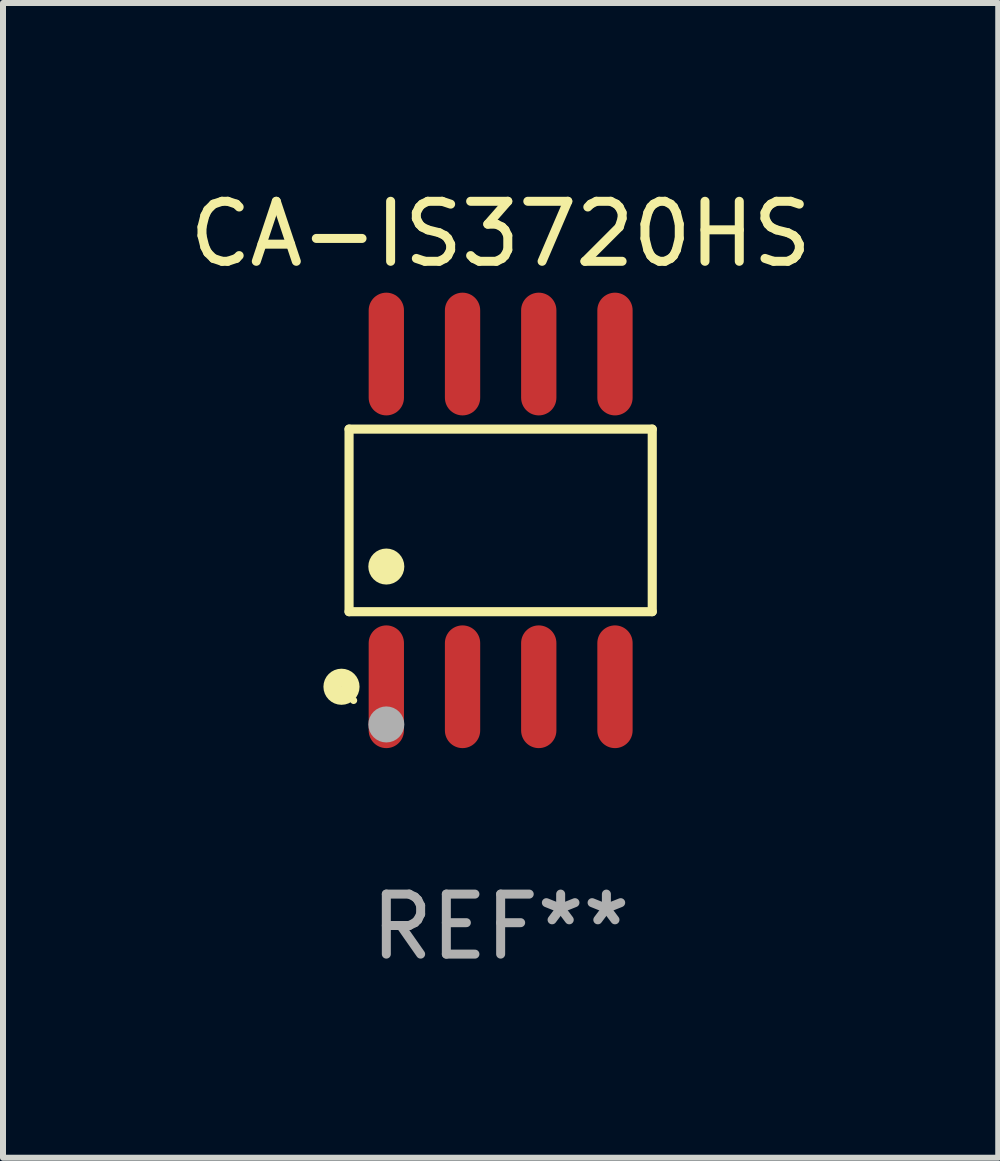
<source format=kicad_pcb>
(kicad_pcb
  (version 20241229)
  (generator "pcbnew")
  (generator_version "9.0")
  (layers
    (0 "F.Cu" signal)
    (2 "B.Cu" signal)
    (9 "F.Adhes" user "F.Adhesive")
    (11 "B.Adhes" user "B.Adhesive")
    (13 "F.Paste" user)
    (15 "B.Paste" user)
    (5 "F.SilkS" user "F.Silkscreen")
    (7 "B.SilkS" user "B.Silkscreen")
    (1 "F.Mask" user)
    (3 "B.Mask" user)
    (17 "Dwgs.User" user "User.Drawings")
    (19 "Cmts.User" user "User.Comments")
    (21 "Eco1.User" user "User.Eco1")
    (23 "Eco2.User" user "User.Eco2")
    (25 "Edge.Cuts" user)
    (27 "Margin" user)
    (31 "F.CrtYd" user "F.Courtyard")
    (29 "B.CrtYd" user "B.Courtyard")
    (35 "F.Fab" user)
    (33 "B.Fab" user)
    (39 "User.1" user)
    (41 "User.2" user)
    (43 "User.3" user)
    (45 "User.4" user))
  (footprint "CA-IS3720HS"
    (layer "F.Cu")
    (at 5.292 5.621)
    (property "Reference" "CA-IS3720HS" (at 0 -4.772 0) (layer "F.SilkS") (effects (font (size 1 1) (thickness 0.15))))
    (attr through_hole)
    (fp_line (start -2.526 -1.521) (end 2.526 -1.521) (stroke (width 0.152) (type solid)) (layer "F.SilkS"))
    (fp_line (start -2.526 1.521) (end -2.526 -1.521) (stroke (width 0.152) (type solid)) (layer "F.SilkS"))
    (fp_line (start 2.526 -1.521) (end 2.526 1.521) (stroke (width 0.152) (type solid)) (layer "F.SilkS"))
    (fp_line (start 2.526 1.521) (end -2.526 1.521) (stroke (width 0.152) (type solid)) (layer "F.SilkS"))
    (fp_circle (center -2.652 2.772) (end -2.501 2.772) (stroke (width 0.3) (type solid)) (fill no) (layer "F.SilkS"))
    (fp_circle (center -2.45 3) (end -2.42 3) (stroke (width 0.06) (type solid)) (fill no) (layer "F.SilkS"))
    (fp_circle (center -1.905 0.769) (end -1.755 0.769) (stroke (width 0.3) (type solid)) (fill no) (layer "F.SilkS"))
    (fp_circle (center -1.905 3.4) (end -1.755 3.4) (stroke (width 0.3) (type solid)) (fill no) (layer "F.Fab"))
    (fp_text user "REF**" (at 0 6.772 0) (layer "F.Fab") (effects (font (size 1 1) (thickness 0.15))))
    (pad "1" smd oval (at -1.905 2.772) (size 0.588 2.045) (layers "F.Cu" "F.Mask" "F.Paste"))
    (pad "2" smd oval (at -0.635 2.772) (size 0.588 2.045) (layers "F.Cu" "F.Mask" "F.Paste"))
    (pad "3" smd oval (at 0.635 2.772) (size 0.588 2.045) (layers "F.Cu" "F.Mask" "F.Paste"))
    (pad "4" smd oval (at 1.905 2.772) (size 0.588 2.045) (layers "F.Cu" "F.Mask" "F.Paste"))
    (pad "5" smd oval (at 1.905 -2.772) (size 0.588 2.045) (layers "F.Cu" "F.Mask" "F.Paste"))
    (pad "6" smd oval (at 0.635 -2.772) (size 0.588 2.045) (layers "F.Cu" "F.Mask" "F.Paste"))
    (pad "7" smd oval (at -0.635 -2.772) (size 0.588 2.045) (layers "F.Cu" "F.Mask" "F.Paste"))
    (pad "8" smd oval (at -1.905 -2.772) (size 0.588 2.045) (layers "F.Cu" "F.Mask" "F.Paste")))
  (gr_rect
    (start -3 -3)
    (end 13.583 16.241)
    (stroke (width 0.1) (type default))
    (fill no)
    (layer "Edge.Cuts")))
</source>
